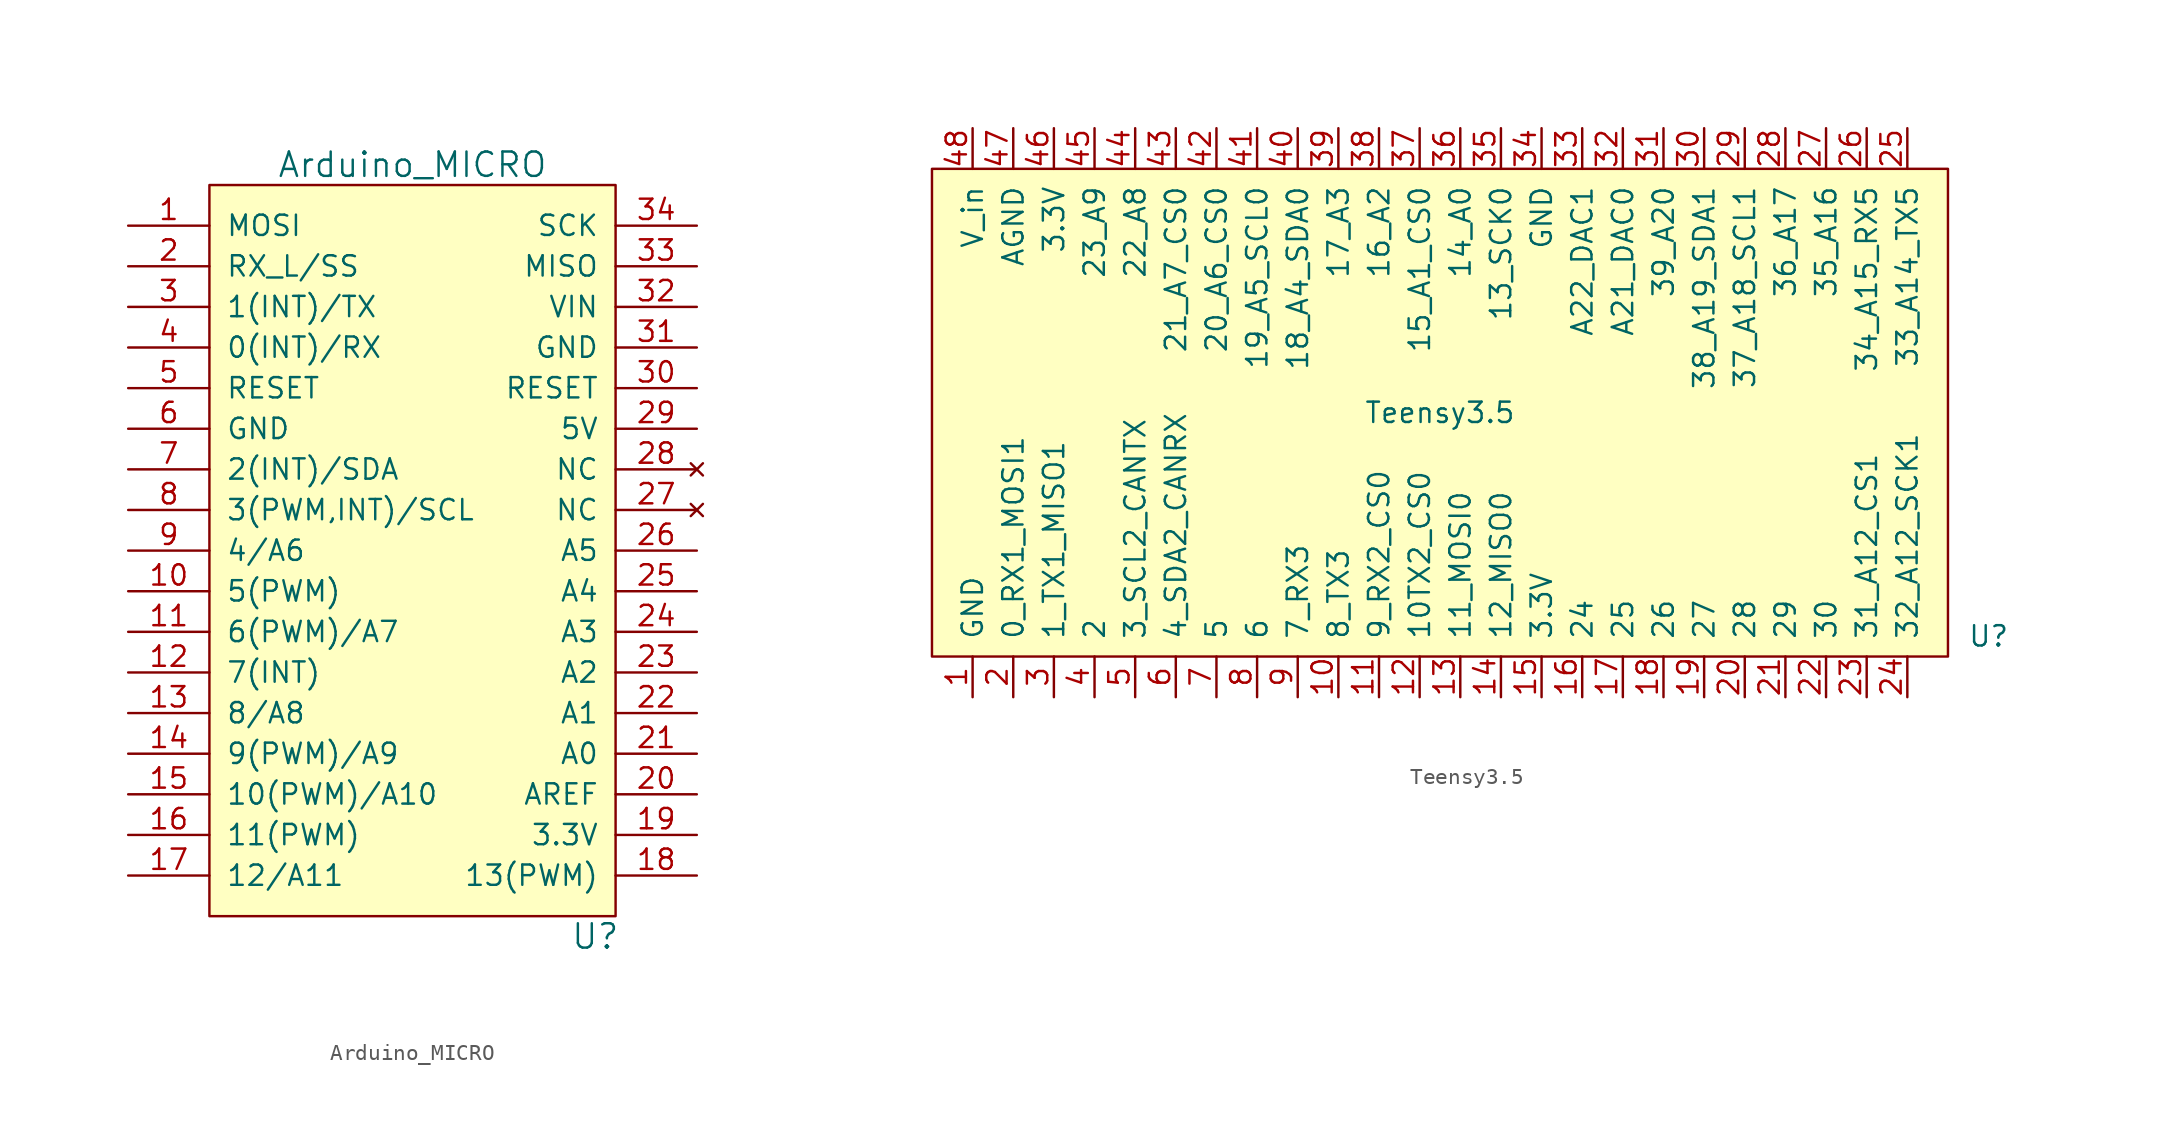
<source format=kicad_sym>
(kicad_symbol_lib
  (version 20211014)
  (generator kicad_symbol_editor)
  (symbol "Arduino_MICRO"
    (pin_names
      (offset 1.016))
    (property "Reference" "U"
      (at 11.43 -24.13 0)
      (effects (font (size 1.524 1.524))))
    (property "Value" "Arduino_MICRO"
      (at 0 24.13 0)
      (effects (font (size 1.524 1.524))))
    (symbol "Arduino_MICRO_0_1"
      (rectangle (start -12.7 22.86) (end 12.7 -22.86) (stroke (width 0) (type default) (color 0 0 0 0)) (fill (type background))))
    (symbol "Arduino_MICRO_1_1"
      (pin output line (at -17.78 20.32 0) (length 5.08) (name "MOSI" (effects (font (size 1.27 1.27)))) (number "1" (effects (font (size 1.27 1.27)))))
      (pin bidirectional line (at -17.78 -2.54 0) (length 5.08) (name "5(PWM)" (effects (font (size 1.27 1.27)))) (number "10" (effects (font (size 1.27 1.27)))))
      (pin bidirectional line (at -17.78 -5.08 0) (length 5.08) (name "6(PWM)/A7" (effects (font (size 1.27 1.27)))) (number "11" (effects (font (size 1.27 1.27)))))
      (pin bidirectional line (at -17.78 -7.62 0) (length 5.08) (name "7(INT)" (effects (font (size 1.27 1.27)))) (number "12" (effects (font (size 1.27 1.27)))))
      (pin bidirectional line (at -17.78 -10.16 0) (length 5.08) (name "8/A8" (effects (font (size 1.27 1.27)))) (number "13" (effects (font (size 1.27 1.27)))))
      (pin bidirectional line (at -17.78 -12.7 0) (length 5.08) (name "9(PWM)/A9" (effects (font (size 1.27 1.27)))) (number "14" (effects (font (size 1.27 1.27)))))
      (pin bidirectional line (at -17.78 -15.24 0) (length 5.08) (name "10(PWM)/A10" (effects (font (size 1.27 1.27)))) (number "15" (effects (font (size 1.27 1.27)))))
      (pin bidirectional line (at -17.78 -17.78 0) (length 5.08) (name "11(PWM)" (effects (font (size 1.27 1.27)))) (number "16" (effects (font (size 1.27 1.27)))))
      (pin bidirectional line (at -17.78 -20.32 0) (length 5.08) (name "12/A11" (effects (font (size 1.27 1.27)))) (number "17" (effects (font (size 1.27 1.27)))))
      (pin bidirectional line (at 17.78 -20.32 180) (length 5.08) (name "13(PWM)" (effects (font (size 1.27 1.27)))) (number "18" (effects (font (size 1.27 1.27)))))
      (pin power_out line (at 17.78 -17.78 180) (length 5.08) (name "3.3V" (effects (font (size 1.27 1.27)))) (number "19" (effects (font (size 1.27 1.27)))))
      (pin bidirectional line (at -17.78 17.78 0) (length 5.08) (name "RX_L/SS" (effects (font (size 1.27 1.27)))) (number "2" (effects (font (size 1.27 1.27)))))
      (pin power_in line (at 17.78 -15.24 180) (length 5.08) (name "AREF" (effects (font (size 1.27 1.27)))) (number "20" (effects (font (size 1.27 1.27)))))
      (pin bidirectional line (at 17.78 -12.7 180) (length 5.08) (name "A0" (effects (font (size 1.27 1.27)))) (number "21" (effects (font (size 1.27 1.27)))))
      (pin bidirectional line (at 17.78 -10.16 180) (length 5.08) (name "A1" (effects (font (size 1.27 1.27)))) (number "22" (effects (font (size 1.27 1.27)))))
      (pin bidirectional line (at 17.78 -7.62 180) (length 5.08) (name "A2" (effects (font (size 1.27 1.27)))) (number "23" (effects (font (size 1.27 1.27)))))
      (pin bidirectional line (at 17.78 -5.08 180) (length 5.08) (name "A3" (effects (font (size 1.27 1.27)))) (number "24" (effects (font (size 1.27 1.27)))))
      (pin bidirectional line (at 17.78 -2.54 180) (length 5.08) (name "A4" (effects (font (size 1.27 1.27)))) (number "25" (effects (font (size 1.27 1.27)))))
      (pin bidirectional line (at 17.78 0 180) (length 5.08) (name "A5" (effects (font (size 1.27 1.27)))) (number "26" (effects (font (size 1.27 1.27)))))
      (pin no_connect line (at 17.78 2.54 180) (length 5.08) (name "NC" (effects (font (size 1.27 1.27)))) (number "27" (effects (font (size 1.27 1.27)))))
      (pin no_connect line (at 17.78 5.08 180) (length 5.08) (name "NC" (effects (font (size 1.27 1.27)))) (number "28" (effects (font (size 1.27 1.27)))))
      (pin power_in line (at 17.78 7.62 180) (length 5.08) (name "5V" (effects (font (size 1.27 1.27)))) (number "29" (effects (font (size 1.27 1.27)))))
      (pin bidirectional line (at -17.78 15.24 0) (length 5.08) (name "1(INT)/TX" (effects (font (size 1.27 1.27)))) (number "3" (effects (font (size 1.27 1.27)))))
      (pin input line (at 17.78 10.16 180) (length 5.08) (name "RESET" (effects (font (size 1.27 1.27)))) (number "30" (effects (font (size 1.27 1.27)))))
      (pin power_in line (at 17.78 12.7 180) (length 5.08) (name "GND" (effects (font (size 1.27 1.27)))) (number "31" (effects (font (size 1.27 1.27)))))
      (pin power_in line (at 17.78 15.24 180) (length 5.08) (name "VIN" (effects (font (size 1.27 1.27)))) (number "32" (effects (font (size 1.27 1.27)))))
      (pin bidirectional line (at 17.78 17.78 180) (length 5.08) (name "MISO" (effects (font (size 1.27 1.27)))) (number "33" (effects (font (size 1.27 1.27)))))
      (pin bidirectional line (at 17.78 20.32 180) (length 5.08) (name "SCK" (effects (font (size 1.27 1.27)))) (number "34" (effects (font (size 1.27 1.27)))))
      (pin bidirectional line (at -17.78 12.7 0) (length 5.08) (name "0(INT)/RX" (effects (font (size 1.27 1.27)))) (number "4" (effects (font (size 1.27 1.27)))))
      (pin input line (at -17.78 10.16 0) (length 5.08) (name "RESET" (effects (font (size 1.27 1.27)))) (number "5" (effects (font (size 1.27 1.27)))))
      (pin power_in line (at -17.78 7.62 0) (length 5.08) (name "GND" (effects (font (size 1.27 1.27)))) (number "6" (effects (font (size 1.27 1.27)))))
      (pin power_in line (at -17.78 5.08 0) (length 5.08) (name "2(INT)/SDA" (effects (font (size 1.27 1.27)))) (number "7" (effects (font (size 1.27 1.27)))))
      (pin bidirectional line (at -17.78 2.54 0) (length 5.08) (name "3(PWM,INT)/SCL" (effects (font (size 1.27 1.27)))) (number "8" (effects (font (size 1.27 1.27)))))
      (pin bidirectional line (at -17.78 0 0) (length 5.08) (name "4/A6" (effects (font (size 1.27 1.27)))) (number "9" (effects (font (size 1.27 1.27)))))))
  (symbol "Teensy3.5"
    (pin_names
      (offset 1.016))
    (property "Reference" "U"
      (at 34.29 -13.97 0)
      (effects (font (size 1.27 1.27))))
    (property "Value" "Teensy3.5"
      (at 0 0 0)
      (effects (font (size 1.27 1.27))))
    (symbol "Teensy3.5_0_1"
      (rectangle (start -31.75 15.24) (end 31.75 -15.24) (stroke (width 0) (type default) (color 0 0 0 0)) (fill (type background))))
    (symbol "Teensy3.5_1_1"
      (pin passive line (at -29.21 -17.78 90) (length 2.54) (name "GND" (effects (font (size 1.27 1.27)))) (number "1" (effects (font (size 1.27 1.27)))))
      (pin bidirectional line (at -6.35 -17.78 90) (length 2.54) (name "8_TX3" (effects (font (size 1.27 1.27)))) (number "10" (effects (font (size 1.27 1.27)))))
      (pin bidirectional line (at -3.81 -17.78 90) (length 2.54) (name "9_RX2_CS0" (effects (font (size 1.27 1.27)))) (number "11" (effects (font (size 1.27 1.27)))))
      (pin bidirectional line (at -1.27 -17.78 90) (length 2.54) (name "10TX2_CS0" (effects (font (size 1.27 1.27)))) (number "12" (effects (font (size 1.27 1.27)))))
      (pin bidirectional line (at 1.27 -17.78 90) (length 2.54) (name "11_MOSI0" (effects (font (size 1.27 1.27)))) (number "13" (effects (font (size 1.27 1.27)))))
      (pin bidirectional line (at 3.81 -17.78 90) (length 2.54) (name "12_MISO0" (effects (font (size 1.27 1.27)))) (number "14" (effects (font (size 1.27 1.27)))))
      (pin power_out line (at 6.35 -17.78 90) (length 2.54) (name "3.3V" (effects (font (size 1.27 1.27)))) (number "15" (effects (font (size 1.27 1.27)))))
      (pin bidirectional line (at 8.89 -17.78 90) (length 2.54) (name "24" (effects (font (size 1.27 1.27)))) (number "16" (effects (font (size 1.27 1.27)))))
      (pin bidirectional line (at 11.43 -17.78 90) (length 2.54) (name "25" (effects (font (size 1.27 1.27)))) (number "17" (effects (font (size 1.27 1.27)))))
      (pin bidirectional line (at 13.97 -17.78 90) (length 2.54) (name "26" (effects (font (size 1.27 1.27)))) (number "18" (effects (font (size 1.27 1.27)))))
      (pin bidirectional line (at 16.51 -17.78 90) (length 2.54) (name "27" (effects (font (size 1.27 1.27)))) (number "19" (effects (font (size 1.27 1.27)))))
      (pin bidirectional line (at -26.67 -17.78 90) (length 2.54) (name "0_RX1_MOSI1" (effects (font (size 1.27 1.27)))) (number "2" (effects (font (size 1.27 1.27)))))
      (pin bidirectional line (at 19.05 -17.78 90) (length 2.54) (name "28" (effects (font (size 1.27 1.27)))) (number "20" (effects (font (size 1.27 1.27)))))
      (pin bidirectional line (at 21.59 -17.78 90) (length 2.54) (name "29" (effects (font (size 1.27 1.27)))) (number "21" (effects (font (size 1.27 1.27)))))
      (pin bidirectional line (at 24.13 -17.78 90) (length 2.54) (name "30" (effects (font (size 1.27 1.27)))) (number "22" (effects (font (size 1.27 1.27)))))
      (pin bidirectional line (at 26.67 -17.78 90) (length 2.54) (name "31_A12_CS1" (effects (font (size 1.27 1.27)))) (number "23" (effects (font (size 1.27 1.27)))))
      (pin bidirectional line (at 29.21 -17.78 90) (length 2.54) (name "32_A12_SCK1" (effects (font (size 1.27 1.27)))) (number "24" (effects (font (size 1.27 1.27)))))
      (pin bidirectional line (at 29.21 17.78 270) (length 2.54) (name "33_A14_TX5" (effects (font (size 1.27 1.27)))) (number "25" (effects (font (size 1.27 1.27)))))
      (pin bidirectional line (at 26.67 17.78 270) (length 2.54) (name "34_A15_RX5" (effects (font (size 1.27 1.27)))) (number "26" (effects (font (size 1.27 1.27)))))
      (pin bidirectional line (at 24.13 17.78 270) (length 2.54) (name "35_A16" (effects (font (size 1.27 1.27)))) (number "27" (effects (font (size 1.27 1.27)))))
      (pin bidirectional line (at 21.59 17.78 270) (length 2.54) (name "36_A17" (effects (font (size 1.27 1.27)))) (number "28" (effects (font (size 1.27 1.27)))))
      (pin bidirectional line (at 19.05 17.78 270) (length 2.54) (name "37_A18_SCL1" (effects (font (size 1.27 1.27)))) (number "29" (effects (font (size 1.27 1.27)))))
      (pin bidirectional line (at -24.13 -17.78 90) (length 2.54) (name "1_TX1_MISO1" (effects (font (size 1.27 1.27)))) (number "3" (effects (font (size 1.27 1.27)))))
      (pin bidirectional line (at 16.51 17.78 270) (length 2.54) (name "38_A19_SDA1" (effects (font (size 1.27 1.27)))) (number "30" (effects (font (size 1.27 1.27)))))
      (pin bidirectional line (at 13.97 17.78 270) (length 2.54) (name "39_A20" (effects (font (size 1.27 1.27)))) (number "31" (effects (font (size 1.27 1.27)))))
      (pin bidirectional line (at 11.43 17.78 270) (length 2.54) (name "A21_DAC0" (effects (font (size 1.27 1.27)))) (number "32" (effects (font (size 1.27 1.27)))))
      (pin bidirectional line (at 8.89 17.78 270) (length 2.54) (name "A22_DAC1" (effects (font (size 1.27 1.27)))) (number "33" (effects (font (size 1.27 1.27)))))
      (pin passive line (at 6.35 17.78 270) (length 2.54) (name "GND" (effects (font (size 1.27 1.27)))) (number "34" (effects (font (size 1.27 1.27)))))
      (pin bidirectional line (at 3.81 17.78 270) (length 2.54) (name "13_SCK0" (effects (font (size 1.27 1.27)))) (number "35" (effects (font (size 1.27 1.27)))))
      (pin bidirectional line (at 1.27 17.78 270) (length 2.54) (name "14_A0" (effects (font (size 1.27 1.27)))) (number "36" (effects (font (size 1.27 1.27)))))
      (pin bidirectional line (at -1.27 17.78 270) (length 2.54) (name "15_A1_CS0" (effects (font (size 1.27 1.27)))) (number "37" (effects (font (size 1.27 1.27)))))
      (pin bidirectional line (at -3.81 17.78 270) (length 2.54) (name "16_A2" (effects (font (size 1.27 1.27)))) (number "38" (effects (font (size 1.27 1.27)))))
      (pin bidirectional line (at -6.35 17.78 270) (length 2.54) (name "17_A3" (effects (font (size 1.27 1.27)))) (number "39" (effects (font (size 1.27 1.27)))))
      (pin bidirectional line (at -21.59 -17.78 90) (length 2.54) (name "2" (effects (font (size 1.27 1.27)))) (number "4" (effects (font (size 1.27 1.27)))))
      (pin bidirectional line (at -8.89 17.78 270) (length 2.54) (name "18_A4_SDA0" (effects (font (size 1.27 1.27)))) (number "40" (effects (font (size 1.27 1.27)))))
      (pin bidirectional line (at -11.43 17.78 270) (length 2.54) (name "19_A5_SCL0" (effects (font (size 1.27 1.27)))) (number "41" (effects (font (size 1.27 1.27)))))
      (pin bidirectional line (at -13.97 17.78 270) (length 2.54) (name "20_A6_CS0" (effects (font (size 1.27 1.27)))) (number "42" (effects (font (size 1.27 1.27)))))
      (pin bidirectional line (at -16.51 17.78 270) (length 2.54) (name "21_A7_CS0" (effects (font (size 1.27 1.27)))) (number "43" (effects (font (size 1.27 1.27)))))
      (pin bidirectional line (at -19.05 17.78 270) (length 2.54) (name "22_A8" (effects (font (size 1.27 1.27)))) (number "44" (effects (font (size 1.27 1.27)))))
      (pin bidirectional line (at -21.59 17.78 270) (length 2.54) (name "23_A9" (effects (font (size 1.27 1.27)))) (number "45" (effects (font (size 1.27 1.27)))))
      (pin power_out line (at -24.13 17.78 270) (length 2.54) (name "3.3V" (effects (font (size 1.27 1.27)))) (number "46" (effects (font (size 1.27 1.27)))))
      (pin passive line (at -26.67 17.78 270) (length 2.54) (name "AGND" (effects (font (size 1.27 1.27)))) (number "47" (effects (font (size 1.27 1.27)))))
      (pin power_in line (at -29.21 17.78 270) (length 2.54) (name "V_in" (effects (font (size 1.27 1.27)))) (number "48" (effects (font (size 1.27 1.27)))))
      (pin bidirectional line (at -19.05 -17.78 90) (length 2.54) (name "3_SCL2_CANTX" (effects (font (size 1.27 1.27)))) (number "5" (effects (font (size 1.27 1.27)))))
      (pin bidirectional line (at -16.51 -17.78 90) (length 2.54) (name "4_SDA2_CANRX" (effects (font (size 1.27 1.27)))) (number "6" (effects (font (size 1.27 1.27)))))
      (pin bidirectional line (at -13.97 -17.78 90) (length 2.54) (name "5" (effects (font (size 1.27 1.27)))) (number "7" (effects (font (size 1.27 1.27)))))
      (pin bidirectional line (at -11.43 -17.78 90) (length 2.54) (name "6" (effects (font (size 1.27 1.27)))) (number "8" (effects (font (size 1.27 1.27)))))
      (pin bidirectional line (at -8.89 -17.78 90) (length 2.54) (name "7_RX3" (effects (font (size 1.27 1.27)))) (number "9" (effects (font (size 1.27 1.27))))))))
</source>
